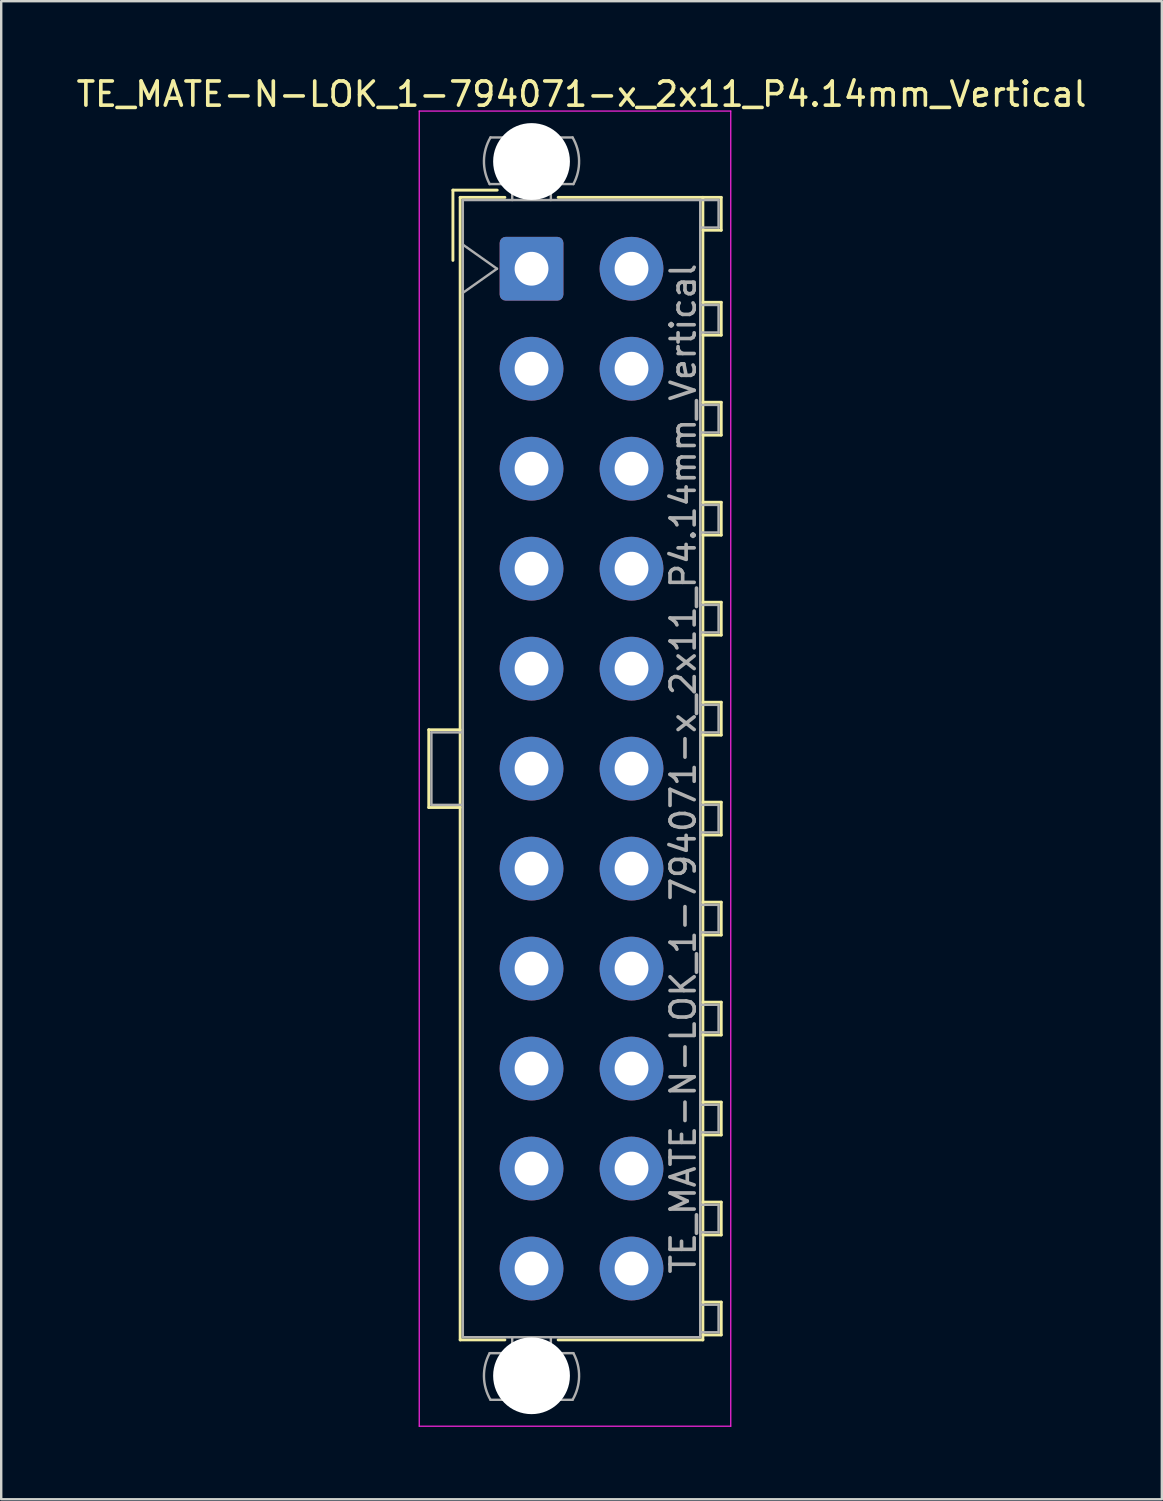
<source format=kicad_pcb>
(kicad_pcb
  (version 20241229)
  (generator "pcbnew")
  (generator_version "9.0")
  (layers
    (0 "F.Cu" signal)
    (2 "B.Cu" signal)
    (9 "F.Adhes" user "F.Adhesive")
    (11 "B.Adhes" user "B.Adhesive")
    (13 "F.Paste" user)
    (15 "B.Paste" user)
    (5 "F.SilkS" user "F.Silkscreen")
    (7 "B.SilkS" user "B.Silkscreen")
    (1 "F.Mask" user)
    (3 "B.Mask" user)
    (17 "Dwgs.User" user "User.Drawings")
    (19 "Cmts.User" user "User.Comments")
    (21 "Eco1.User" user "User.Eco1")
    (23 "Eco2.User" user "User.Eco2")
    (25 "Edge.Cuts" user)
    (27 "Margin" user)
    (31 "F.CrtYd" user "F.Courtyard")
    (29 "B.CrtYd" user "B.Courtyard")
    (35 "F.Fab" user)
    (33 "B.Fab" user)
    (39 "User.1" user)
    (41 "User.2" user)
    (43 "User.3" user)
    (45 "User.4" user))
  (footprint "TE_MATE-N-LOK_1-794071-x_2x11_P4.14mm_Vertical"
    (layer "F.Cu")
    (at 18.96 8.078)
    (property "Reference" "TE_MATE-N-LOK_1-794071-x_2x11_P4.14mm_Vertical" (at 2.07 -7.23 0) (layer "F.SilkS") (effects (font (size 1 1) (thickness 0.15))))
    (attr through_hole)
    (fp_line (start -4.255 19.09) (end -4.255 22.31) (stroke (width 0.12) (type solid)) (layer "F.SilkS"))
    (fp_line (start -4.255 22.31) (end -2.955 22.31) (stroke (width 0.12) (type solid)) (layer "F.SilkS"))
    (fp_line (start -3.255 -3.255) (end -3.255 -0.345) (stroke (width 0.12) (type solid)) (layer "F.SilkS"))
    (fp_line (start -2.955 -2.955) (end -2.955 44.355) (stroke (width 0.12) (type solid)) (layer "F.SilkS"))
    (fp_line (start -2.955 19.09) (end -4.255 19.09) (stroke (width 0.12) (type solid)) (layer "F.SilkS"))
    (fp_line (start -2.955 44.355) (end -1.103 44.355) (stroke (width 0.12) (type solid)) (layer "F.SilkS"))
    (fp_line (start -1.421 -3.255) (end -3.255 -3.255) (stroke (width 0.12) (type solid)) (layer "F.SilkS"))
    (fp_line (start -1.103 -2.955) (end -2.955 -2.955) (stroke (width 0.12) (type solid)) (layer "F.SilkS"))
    (fp_line (start 1.103 -2.955) (end 7.095 -2.955) (stroke (width 0.12) (type solid)) (layer "F.SilkS"))
    (fp_line (start 7.095 -2.955) (end 7.095 44.355) (stroke (width 0.12) (type solid)) (layer "F.SilkS"))
    (fp_line (start 7.095 -2.955) (end 7.855 -2.955) (stroke (width 0.12) (type solid)) (layer "F.SilkS"))
    (fp_line (start 7.095 1.39) (end 7.855 1.39) (stroke (width 0.12) (type solid)) (layer "F.SilkS"))
    (fp_line (start 7.095 5.53) (end 7.855 5.53) (stroke (width 0.12) (type solid)) (layer "F.SilkS"))
    (fp_line (start 7.095 9.67) (end 7.855 9.67) (stroke (width 0.12) (type solid)) (layer "F.SilkS"))
    (fp_line (start 7.095 13.81) (end 7.855 13.81) (stroke (width 0.12) (type solid)) (layer "F.SilkS"))
    (fp_line (start 7.095 17.95) (end 7.855 17.95) (stroke (width 0.12) (type solid)) (layer "F.SilkS"))
    (fp_line (start 7.095 22.09) (end 7.855 22.09) (stroke (width 0.12) (type solid)) (layer "F.SilkS"))
    (fp_line (start 7.095 26.23) (end 7.855 26.23) (stroke (width 0.12) (type solid)) (layer "F.SilkS"))
    (fp_line (start 7.095 30.37) (end 7.855 30.37) (stroke (width 0.12) (type solid)) (layer "F.SilkS"))
    (fp_line (start 7.095 34.51) (end 7.855 34.51) (stroke (width 0.12) (type solid)) (layer "F.SilkS"))
    (fp_line (start 7.095 38.65) (end 7.855 38.65) (stroke (width 0.12) (type solid)) (layer "F.SilkS"))
    (fp_line (start 7.095 42.79) (end 7.855 42.79) (stroke (width 0.12) (type solid)) (layer "F.SilkS"))
    (fp_line (start 7.095 44.355) (end 1.103 44.355) (stroke (width 0.12) (type solid)) (layer "F.SilkS"))
    (fp_line (start 7.855 -2.955) (end 7.855 -1.595) (stroke (width 0.12) (type solid)) (layer "F.SilkS"))
    (fp_line (start 7.855 -1.595) (end 7.095 -1.595) (stroke (width 0.12) (type solid)) (layer "F.SilkS"))
    (fp_line (start 7.855 1.39) (end 7.855 2.75) (stroke (width 0.12) (type solid)) (layer "F.SilkS"))
    (fp_line (start 7.855 2.75) (end 7.095 2.75) (stroke (width 0.12) (type solid)) (layer "F.SilkS"))
    (fp_line (start 7.855 5.53) (end 7.855 6.89) (stroke (width 0.12) (type solid)) (layer "F.SilkS"))
    (fp_line (start 7.855 6.89) (end 7.095 6.89) (stroke (width 0.12) (type solid)) (layer "F.SilkS"))
    (fp_line (start 7.855 9.67) (end 7.855 11.03) (stroke (width 0.12) (type solid)) (layer "F.SilkS"))
    (fp_line (start 7.855 11.03) (end 7.095 11.03) (stroke (width 0.12) (type solid)) (layer "F.SilkS"))
    (fp_line (start 7.855 13.81) (end 7.855 15.17) (stroke (width 0.12) (type solid)) (layer "F.SilkS"))
    (fp_line (start 7.855 15.17) (end 7.095 15.17) (stroke (width 0.12) (type solid)) (layer "F.SilkS"))
    (fp_line (start 7.855 17.95) (end 7.855 19.31) (stroke (width 0.12) (type solid)) (layer "F.SilkS"))
    (fp_line (start 7.855 19.31) (end 7.095 19.31) (stroke (width 0.12) (type solid)) (layer "F.SilkS"))
    (fp_line (start 7.855 22.09) (end 7.855 23.45) (stroke (width 0.12) (type solid)) (layer "F.SilkS"))
    (fp_line (start 7.855 23.45) (end 7.095 23.45) (stroke (width 0.12) (type solid)) (layer "F.SilkS"))
    (fp_line (start 7.855 26.23) (end 7.855 27.59) (stroke (width 0.12) (type solid)) (layer "F.SilkS"))
    (fp_line (start 7.855 27.59) (end 7.095 27.59) (stroke (width 0.12) (type solid)) (layer "F.SilkS"))
    (fp_line (start 7.855 30.37) (end 7.855 31.73) (stroke (width 0.12) (type solid)) (layer "F.SilkS"))
    (fp_line (start 7.855 31.73) (end 7.095 31.73) (stroke (width 0.12) (type solid)) (layer "F.SilkS"))
    (fp_line (start 7.855 34.51) (end 7.855 35.87) (stroke (width 0.12) (type solid)) (layer "F.SilkS"))
    (fp_line (start 7.855 35.87) (end 7.095 35.87) (stroke (width 0.12) (type solid)) (layer "F.SilkS"))
    (fp_line (start 7.855 38.65) (end 7.855 40.01) (stroke (width 0.12) (type solid)) (layer "F.SilkS"))
    (fp_line (start 7.855 40.01) (end 7.095 40.01) (stroke (width 0.12) (type solid)) (layer "F.SilkS"))
    (fp_line (start 7.855 42.79) (end 7.855 44.15) (stroke (width 0.12) (type solid)) (layer "F.SilkS"))
    (fp_line (start 7.855 44.15) (end 7.095 44.15) (stroke (width 0.12) (type solid)) (layer "F.SilkS"))
    (fp_line (start -4.65 -6.53) (end -4.65 47.93) (stroke (width 0.05) (type solid)) (layer "F.CrtYd"))
    (fp_line (start -4.65 47.93) (end 8.25 47.93) (stroke (width 0.05) (type solid)) (layer "F.CrtYd"))
    (fp_line (start 8.25 -6.53) (end -4.65 -6.53) (stroke (width 0.05) (type solid)) (layer "F.CrtYd"))
    (fp_line (start 8.25 47.93) (end 8.25 -6.53) (stroke (width 0.05) (type solid)) (layer "F.CrtYd"))
    (fp_line (start -4.145 19.2) (end -4.145 22.2) (stroke (width 0.1) (type solid)) (layer "F.Fab"))
    (fp_line (start -4.145 22.2) (end -2.845 22.2) (stroke (width 0.1) (type solid)) (layer "F.Fab"))
    (fp_line (start -2.845 -2.845) (end -2.845 44.245) (stroke (width 0.1) (type solid)) (layer "F.Fab"))
    (fp_line (start -2.845 -1) (end -1.431 0) (stroke (width 0.1) (type solid)) (layer "F.Fab"))
    (fp_line (start -2.845 19.2) (end -4.145 19.2) (stroke (width 0.1) (type solid)) (layer "F.Fab"))
    (fp_line (start -2.845 44.245) (end 6.985 44.245) (stroke (width 0.1) (type solid)) (layer "F.Fab"))
    (fp_line (start -1.431 0) (end -2.845 1) (stroke (width 0.1) (type solid)) (layer "F.Fab"))
    (fp_line (start -0.8 -2.845) (end -0.8 -3.505) (stroke (width 0.1) (type solid)) (layer "F.Fab"))
    (fp_line (start -0.8 44.245) (end -0.8 44.905) (stroke (width 0.1) (type solid)) (layer "F.Fab"))
    (fp_line (start 0.8 -2.845) (end 0.8 -3.505) (stroke (width 0.1) (type solid)) (layer "F.Fab"))
    (fp_line (start 0.8 44.245) (end 0.8 44.905) (stroke (width 0.1) (type solid)) (layer "F.Fab"))
    (fp_line (start 1.7 -5.436) (end -1.7 -5.436) (stroke (width 0.1) (type solid)) (layer "F.Fab"))
    (fp_line (start 1.7 46.836) (end -1.7 46.836) (stroke (width 0.1) (type solid)) (layer "F.Fab"))
    (fp_line (start 1.734 -3.505) (end -1.734 -3.505) (stroke (width 0.1) (type solid)) (layer "F.Fab"))
    (fp_line (start 1.734 44.905) (end -1.734 44.905) (stroke (width 0.1) (type solid)) (layer "F.Fab"))
    (fp_line (start 6.985 -2.845) (end -2.845 -2.845) (stroke (width 0.1) (type solid)) (layer "F.Fab"))
    (fp_line (start 6.985 -2.845) (end 7.745 -2.845) (stroke (width 0.1) (type solid)) (layer "F.Fab"))
    (fp_line (start 6.985 1.5) (end 7.745 1.5) (stroke (width 0.1) (type solid)) (layer "F.Fab"))
    (fp_line (start 6.985 5.64) (end 7.745 5.64) (stroke (width 0.1) (type solid)) (layer "F.Fab"))
    (fp_line (start 6.985 9.78) (end 7.745 9.78) (stroke (width 0.1) (type solid)) (layer "F.Fab"))
    (fp_line (start 6.985 13.92) (end 7.745 13.92) (stroke (width 0.1) (type solid)) (layer "F.Fab"))
    (fp_line (start 6.985 18.06) (end 7.745 18.06) (stroke (width 0.1) (type solid)) (layer "F.Fab"))
    (fp_line (start 6.985 22.2) (end 7.745 22.2) (stroke (width 0.1) (type solid)) (layer "F.Fab"))
    (fp_line (start 6.985 26.34) (end 7.745 26.34) (stroke (width 0.1) (type solid)) (layer "F.Fab"))
    (fp_line (start 6.985 30.48) (end 7.745 30.48) (stroke (width 0.1) (type solid)) (layer "F.Fab"))
    (fp_line (start 6.985 34.62) (end 7.745 34.62) (stroke (width 0.1) (type solid)) (layer "F.Fab"))
    (fp_line (start 6.985 38.76) (end 7.745 38.76) (stroke (width 0.1) (type solid)) (layer "F.Fab"))
    (fp_line (start 6.985 42.9) (end 7.745 42.9) (stroke (width 0.1) (type solid)) (layer "F.Fab"))
    (fp_line (start 6.985 44.245) (end 6.985 -2.845) (stroke (width 0.1) (type solid)) (layer "F.Fab"))
    (fp_line (start 7.745 -2.845) (end 7.745 -1.705) (stroke (width 0.1) (type solid)) (layer "F.Fab"))
    (fp_line (start 7.745 -1.705) (end 6.985 -1.705) (stroke (width 0.1) (type solid)) (layer "F.Fab"))
    (fp_line (start 7.745 1.5) (end 7.745 2.64) (stroke (width 0.1) (type solid)) (layer "F.Fab"))
    (fp_line (start 7.745 2.64) (end 6.985 2.64) (stroke (width 0.1) (type solid)) (layer "F.Fab"))
    (fp_line (start 7.745 5.64) (end 7.745 6.78) (stroke (width 0.1) (type solid)) (layer "F.Fab"))
    (fp_line (start 7.745 6.78) (end 6.985 6.78) (stroke (width 0.1) (type solid)) (layer "F.Fab"))
    (fp_line (start 7.745 9.78) (end 7.745 10.92) (stroke (width 0.1) (type solid)) (layer "F.Fab"))
    (fp_line (start 7.745 10.92) (end 6.985 10.92) (stroke (width 0.1) (type solid)) (layer "F.Fab"))
    (fp_line (start 7.745 13.92) (end 7.745 15.06) (stroke (width 0.1) (type solid)) (layer "F.Fab"))
    (fp_line (start 7.745 15.06) (end 6.985 15.06) (stroke (width 0.1) (type solid)) (layer "F.Fab"))
    (fp_line (start 7.745 18.06) (end 7.745 19.2) (stroke (width 0.1) (type solid)) (layer "F.Fab"))
    (fp_line (start 7.745 19.2) (end 6.985 19.2) (stroke (width 0.1) (type solid)) (layer "F.Fab"))
    (fp_line (start 7.745 22.2) (end 7.745 23.34) (stroke (width 0.1) (type solid)) (layer "F.Fab"))
    (fp_line (start 7.745 23.34) (end 6.985 23.34) (stroke (width 0.1) (type solid)) (layer "F.Fab"))
    (fp_line (start 7.745 26.34) (end 7.745 27.48) (stroke (width 0.1) (type solid)) (layer "F.Fab"))
    (fp_line (start 7.745 27.48) (end 6.985 27.48) (stroke (width 0.1) (type solid)) (layer "F.Fab"))
    (fp_line (start 7.745 30.48) (end 7.745 31.62) (stroke (width 0.1) (type solid)) (layer "F.Fab"))
    (fp_line (start 7.745 31.62) (end 6.985 31.62) (stroke (width 0.1) (type solid)) (layer "F.Fab"))
    (fp_line (start 7.745 34.62) (end 7.745 35.76) (stroke (width 0.1) (type solid)) (layer "F.Fab"))
    (fp_line (start 7.745 35.76) (end 6.985 35.76) (stroke (width 0.1) (type solid)) (layer "F.Fab"))
    (fp_line (start 7.745 38.76) (end 7.745 39.9) (stroke (width 0.1) (type solid)) (layer "F.Fab"))
    (fp_line (start 7.745 39.9) (end 6.985 39.9) (stroke (width 0.1) (type solid)) (layer "F.Fab"))
    (fp_line (start 7.745 42.9) (end 7.745 44.04) (stroke (width 0.1) (type solid)) (layer "F.Fab"))
    (fp_line (start 7.745 44.04) (end 6.985 44.04) (stroke (width 0.1) (type solid)) (layer "F.Fab"))
    (fp_arc (start -1.733977 -3.505) (mid -1.969689 -4.474992) (end -1.699672 -5.436) (stroke (width 0.1) (type solid)) (layer "F.Fab"))
    (fp_arc (start -1.699672 46.836) (mid -1.969689 45.874992) (end -1.733977 44.905) (stroke (width 0.1) (type solid)) (layer "F.Fab"))
    (fp_arc (start 1.699672 -5.436) (mid 1.969689 -4.474992) (end 1.733977 -3.505) (stroke (width 0.1) (type solid)) (layer "F.Fab"))
    (fp_arc (start 1.733977 44.905) (mid 1.969689 45.874992) (end 1.699672 46.836) (stroke (width 0.1) (type solid)) (layer "F.Fab"))
    (fp_text user "${REFERENCE}" (at 6.28 20.7 90) (layer "F.Fab") (effects (font (size 1 1) (thickness 0.15))))
    (pad "" np_thru_hole circle (at 0 -4.44) (size 3.18 3.18) (drill 3.18) (layers "*.Cu" "*.Mask"))
    (pad "" np_thru_hole circle (at 0 45.84) (size 3.18 3.18) (drill 3.18) (layers "*.Cu" "*.Mask"))
    (pad "1" thru_hole roundrect (at 0 0) (size 2.64 2.64) (drill 1.4) (layers "*.Cu" "*.Mask") (roundrect_rratio 0.095))
    (pad "2" thru_hole circle (at 0 4.14) (size 2.64 2.64) (drill 1.4) (layers "*.Cu" "*.Mask"))
    (pad "3" thru_hole circle (at 0 8.28) (size 2.64 2.64) (drill 1.4) (layers "*.Cu" "*.Mask"))
    (pad "4" thru_hole circle (at 0 12.42) (size 2.64 2.64) (drill 1.4) (layers "*.Cu" "*.Mask"))
    (pad "5" thru_hole circle (at 0 16.56) (size 2.64 2.64) (drill 1.4) (layers "*.Cu" "*.Mask"))
    (pad "6" thru_hole circle (at 0 20.7) (size 2.64 2.64) (drill 1.4) (layers "*.Cu" "*.Mask"))
    (pad "7" thru_hole circle (at 0 24.84) (size 2.64 2.64) (drill 1.4) (layers "*.Cu" "*.Mask"))
    (pad "8" thru_hole circle (at 0 28.98) (size 2.64 2.64) (drill 1.4) (layers "*.Cu" "*.Mask"))
    (pad "9" thru_hole circle (at 0 33.12) (size 2.64 2.64) (drill 1.4) (layers "*.Cu" "*.Mask"))
    (pad "10" thru_hole circle (at 0 37.26) (size 2.64 2.64) (drill 1.4) (layers "*.Cu" "*.Mask"))
    (pad "11" thru_hole circle (at 0 41.4) (size 2.64 2.64) (drill 1.4) (layers "*.Cu" "*.Mask"))
    (pad "12" thru_hole circle (at 4.14 0) (size 2.64 2.64) (drill 1.4) (layers "*.Cu" "*.Mask"))
    (pad "13" thru_hole circle (at 4.14 4.14) (size 2.64 2.64) (drill 1.4) (layers "*.Cu" "*.Mask"))
    (pad "14" thru_hole circle (at 4.14 8.28) (size 2.64 2.64) (drill 1.4) (layers "*.Cu" "*.Mask"))
    (pad "15" thru_hole circle (at 4.14 12.42) (size 2.64 2.64) (drill 1.4) (layers "*.Cu" "*.Mask"))
    (pad "16" thru_hole circle (at 4.14 16.56) (size 2.64 2.64) (drill 1.4) (layers "*.Cu" "*.Mask"))
    (pad "17" thru_hole circle (at 4.14 20.7) (size 2.64 2.64) (drill 1.4) (layers "*.Cu" "*.Mask"))
    (pad "18" thru_hole circle (at 4.14 24.84) (size 2.64 2.64) (drill 1.4) (layers "*.Cu" "*.Mask"))
    (pad "19" thru_hole circle (at 4.14 28.98) (size 2.64 2.64) (drill 1.4) (layers "*.Cu" "*.Mask"))
    (pad "20" thru_hole circle (at 4.14 33.12) (size 2.64 2.64) (drill 1.4) (layers "*.Cu" "*.Mask"))
    (pad "21" thru_hole circle (at 4.14 37.26) (size 2.64 2.64) (drill 1.4) (layers "*.Cu" "*.Mask"))
    (pad "22" thru_hole circle (at 4.14 41.4) (size 2.64 2.64) (drill 1.4) (layers "*.Cu" "*.Mask")))
  (gr_rect
    (start -3 -3)
    (end 45.06 59.033)
    (stroke (width 0.1) (type default))
    (fill no)
    (layer "Edge.Cuts")))
</source>
